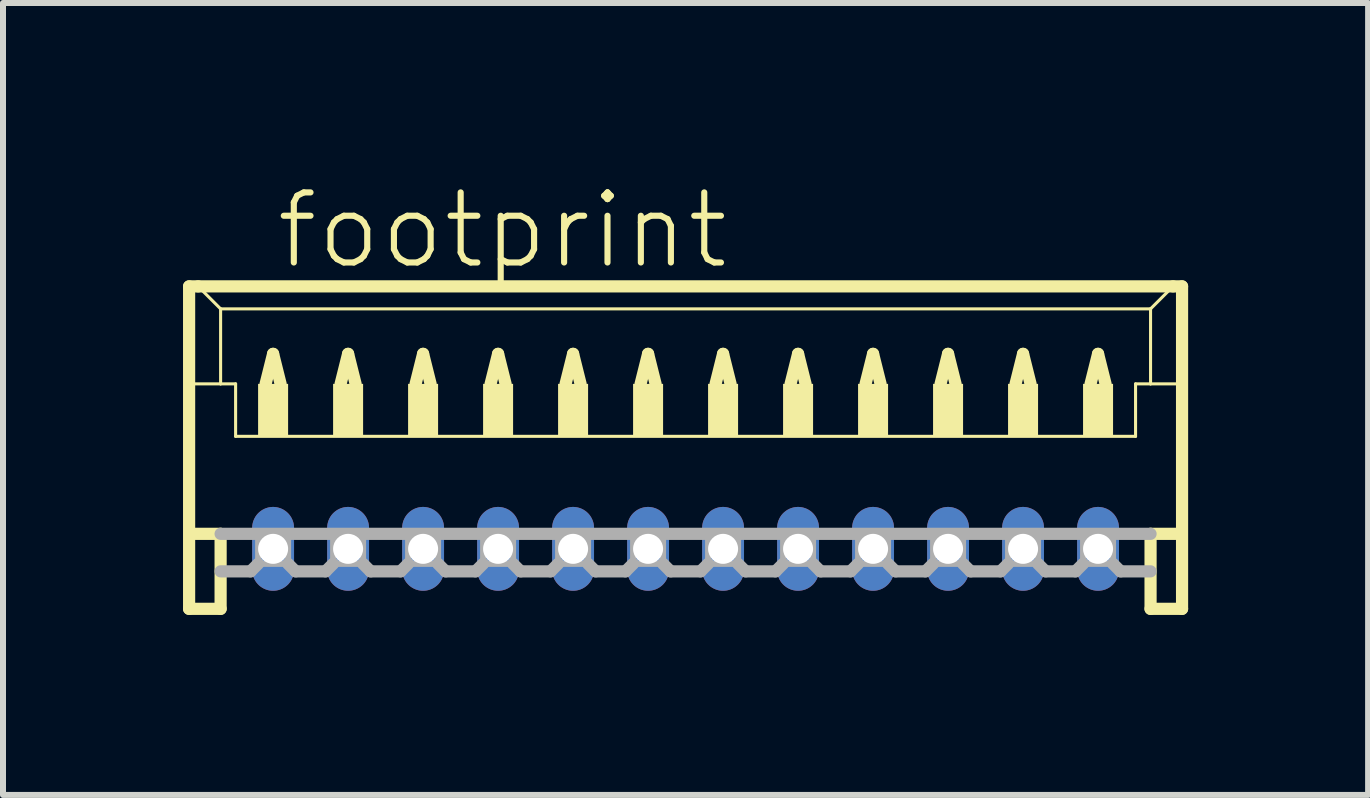
<source format=kicad_pcb>
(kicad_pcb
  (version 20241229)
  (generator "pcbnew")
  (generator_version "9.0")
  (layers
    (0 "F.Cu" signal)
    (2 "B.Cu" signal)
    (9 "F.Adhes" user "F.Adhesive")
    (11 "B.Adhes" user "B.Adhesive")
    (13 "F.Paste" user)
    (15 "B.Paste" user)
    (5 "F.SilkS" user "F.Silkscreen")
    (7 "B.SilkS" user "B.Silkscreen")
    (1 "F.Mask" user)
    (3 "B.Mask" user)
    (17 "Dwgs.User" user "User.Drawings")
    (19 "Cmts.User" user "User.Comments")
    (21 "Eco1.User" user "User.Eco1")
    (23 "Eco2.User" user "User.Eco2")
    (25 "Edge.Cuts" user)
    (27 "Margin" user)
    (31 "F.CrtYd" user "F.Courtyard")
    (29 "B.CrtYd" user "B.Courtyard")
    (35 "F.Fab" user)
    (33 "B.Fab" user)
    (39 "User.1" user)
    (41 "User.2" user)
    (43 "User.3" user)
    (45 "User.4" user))
  (footprint "footprint"
    (layer "F.Cu")
    (at 8.377 4.848)
    (property "Reference" "footprint" (at -6.875 -3.375 0) (layer "F.SilkS") (effects (font (size 1.168 1.168) (thickness 0.102)) (justify left bottom)))
    (fp_line (start -8.275 -3.125) (end -8.275 2.25) (stroke (width 0.203) (type solid)) (layer "F.SilkS"))
    (fp_line (start -8.275 2.25) (end -7.75 2.25) (stroke (width 0.203) (type solid)) (layer "F.SilkS"))
    (fp_line (start -8.25 -1.5) (end -7.75 -1.5) (stroke (width 0.051) (type solid)) (layer "F.SilkS"))
    (fp_line (start -8.25 1) (end -7.75 1) (stroke (width 0.203) (type solid)) (layer "F.SilkS"))
    (fp_line (start -8.125 -3.125) (end -8.275 -3.125) (stroke (width 0.203) (type solid)) (layer "F.SilkS"))
    (fp_line (start -7.75 -2.75) (end -8.125 -3.125) (stroke (width 0.051) (type solid)) (layer "F.SilkS"))
    (fp_line (start -7.75 -2.75) (end 7.75 -2.75) (stroke (width 0.051) (type solid)) (layer "F.SilkS"))
    (fp_line (start -7.75 -1.5) (end -7.75 -2.75) (stroke (width 0.051) (type solid)) (layer "F.SilkS"))
    (fp_line (start -7.75 -1.5) (end -7.5 -1.5) (stroke (width 0.051) (type solid)) (layer "F.SilkS"))
    (fp_line (start -7.75 1) (end -7.75 2.25) (stroke (width 0.203) (type solid)) (layer "F.SilkS"))
    (fp_line (start -7.5 -1.5) (end -7.5 -0.625) (stroke (width 0.051) (type solid)) (layer "F.SilkS"))
    (fp_line (start -7.5 -0.625) (end 7.5 -0.625) (stroke (width 0.051) (type solid)) (layer "F.SilkS"))
    (fp_line (start -7 -1.5) (end -6.875 -2) (stroke (width 0.203) (type solid)) (layer "F.SilkS"))
    (fp_line (start -6.875 -2) (end -6.75 -1.5) (stroke (width 0.203) (type solid)) (layer "F.SilkS"))
    (fp_line (start -5.75 -1.5) (end -5.625 -2) (stroke (width 0.203) (type solid)) (layer "F.SilkS"))
    (fp_line (start -5.625 -2) (end -5.5 -1.5) (stroke (width 0.203) (type solid)) (layer "F.SilkS"))
    (fp_line (start -4.5 -1.5) (end -4.375 -2) (stroke (width 0.203) (type solid)) (layer "F.SilkS"))
    (fp_line (start -4.375 -2) (end -4.25 -1.5) (stroke (width 0.203) (type solid)) (layer "F.SilkS"))
    (fp_line (start -3.25 -1.5) (end -3.125 -2) (stroke (width 0.203) (type solid)) (layer "F.SilkS"))
    (fp_line (start -3.125 -2) (end -3 -1.5) (stroke (width 0.203) (type solid)) (layer "F.SilkS"))
    (fp_line (start -2 -1.5) (end -1.875 -2) (stroke (width 0.203) (type solid)) (layer "F.SilkS"))
    (fp_line (start -1.875 -2) (end -1.75 -1.5) (stroke (width 0.203) (type solid)) (layer "F.SilkS"))
    (fp_line (start -0.75 -1.5) (end -0.625 -2) (stroke (width 0.203) (type solid)) (layer "F.SilkS"))
    (fp_line (start -0.625 -2) (end -0.5 -1.5) (stroke (width 0.203) (type solid)) (layer "F.SilkS"))
    (fp_line (start 0.5 -1.5) (end 0.625 -2) (stroke (width 0.203) (type solid)) (layer "F.SilkS"))
    (fp_line (start 0.625 -2) (end 0.75 -1.5) (stroke (width 0.203) (type solid)) (layer "F.SilkS"))
    (fp_line (start 1.75 -1.5) (end 1.875 -2) (stroke (width 0.203) (type solid)) (layer "F.SilkS"))
    (fp_line (start 1.875 -2) (end 2 -1.5) (stroke (width 0.203) (type solid)) (layer "F.SilkS"))
    (fp_line (start 3 -1.5) (end 3.125 -2) (stroke (width 0.203) (type solid)) (layer "F.SilkS"))
    (fp_line (start 3.125 -2) (end 3.25 -1.5) (stroke (width 0.203) (type solid)) (layer "F.SilkS"))
    (fp_line (start 4.25 -1.5) (end 4.375 -2) (stroke (width 0.203) (type solid)) (layer "F.SilkS"))
    (fp_line (start 4.375 -2) (end 4.5 -1.5) (stroke (width 0.203) (type solid)) (layer "F.SilkS"))
    (fp_line (start 5.5 -1.5) (end 5.625 -2) (stroke (width 0.203) (type solid)) (layer "F.SilkS"))
    (fp_line (start 5.625 -2) (end 5.75 -1.5) (stroke (width 0.203) (type solid)) (layer "F.SilkS"))
    (fp_line (start 6.75 -1.5) (end 6.875 -2) (stroke (width 0.203) (type solid)) (layer "F.SilkS"))
    (fp_line (start 6.875 -2) (end 7 -1.5) (stroke (width 0.203) (type solid)) (layer "F.SilkS"))
    (fp_line (start 7.5 -1.5) (end 7.5 -0.625) (stroke (width 0.051) (type solid)) (layer "F.SilkS"))
    (fp_line (start 7.5 -1.5) (end 7.75 -1.5) (stroke (width 0.051) (type solid)) (layer "F.SilkS"))
    (fp_line (start 7.75 -2.75) (end 7.75 -1.5) (stroke (width 0.051) (type solid)) (layer "F.SilkS"))
    (fp_line (start 7.75 -2.75) (end 8.125 -3.125) (stroke (width 0.051) (type solid)) (layer "F.SilkS"))
    (fp_line (start 7.75 -1.5) (end 8.25 -1.5) (stroke (width 0.051) (type solid)) (layer "F.SilkS"))
    (fp_line (start 7.75 1) (end 7.75 2.25) (stroke (width 0.203) (type solid)) (layer "F.SilkS"))
    (fp_line (start 7.75 1) (end 8.25 1) (stroke (width 0.203) (type solid)) (layer "F.SilkS"))
    (fp_line (start 7.75 2.25) (end 8.275 2.25) (stroke (width 0.203) (type solid)) (layer "F.SilkS"))
    (fp_line (start 8.125 -3.125) (end -8.125 -3.125) (stroke (width 0.203) (type solid)) (layer "F.SilkS"))
    (fp_line (start 8.275 -3.125) (end 8.125 -3.125) (stroke (width 0.203) (type solid)) (layer "F.SilkS"))
    (fp_line (start 8.275 2.25) (end 8.275 -3.125) (stroke (width 0.203) (type solid)) (layer "F.SilkS"))
    (fp_poly (pts (xy -7.125 -0.625) (xy -6.625 -0.625) (xy -6.625 -1.5) (xy -7.125 -1.5)) (stroke (width 0) (type solid)) (fill yes) (layer "F.SilkS"))
    (fp_poly (pts (xy -5.875 -0.625) (xy -5.375 -0.625) (xy -5.375 -1.5) (xy -5.875 -1.5)) (stroke (width 0) (type solid)) (fill yes) (layer "F.SilkS"))
    (fp_poly (pts (xy -4.625 -0.625) (xy -4.125 -0.625) (xy -4.125 -1.5) (xy -4.625 -1.5)) (stroke (width 0) (type solid)) (fill yes) (layer "F.SilkS"))
    (fp_poly (pts (xy -3.375 -0.625) (xy -2.875 -0.625) (xy -2.875 -1.5) (xy -3.375 -1.5)) (stroke (width 0) (type solid)) (fill yes) (layer "F.SilkS"))
    (fp_poly (pts (xy -2.125 -0.625) (xy -1.625 -0.625) (xy -1.625 -1.5) (xy -2.125 -1.5)) (stroke (width 0) (type solid)) (fill yes) (layer "F.SilkS"))
    (fp_poly (pts (xy -0.875 -0.625) (xy -0.375 -0.625) (xy -0.375 -1.5) (xy -0.875 -1.5)) (stroke (width 0) (type solid)) (fill yes) (layer "F.SilkS"))
    (fp_poly (pts (xy 0.375 -0.625) (xy 0.875 -0.625) (xy 0.875 -1.5) (xy 0.375 -1.5)) (stroke (width 0) (type solid)) (fill yes) (layer "F.SilkS"))
    (fp_poly (pts (xy 1.625 -0.625) (xy 2.125 -0.625) (xy 2.125 -1.5) (xy 1.625 -1.5)) (stroke (width 0) (type solid)) (fill yes) (layer "F.SilkS"))
    (fp_poly (pts (xy 2.875 -0.625) (xy 3.375 -0.625) (xy 3.375 -1.5) (xy 2.875 -1.5)) (stroke (width 0) (type solid)) (fill yes) (layer "F.SilkS"))
    (fp_poly (pts (xy 4.125 -0.625) (xy 4.625 -0.625) (xy 4.625 -1.5) (xy 4.125 -1.5)) (stroke (width 0) (type solid)) (fill yes) (layer "F.SilkS"))
    (fp_poly (pts (xy 5.375 -0.625) (xy 5.875 -0.625) (xy 5.875 -1.5) (xy 5.375 -1.5)) (stroke (width 0) (type solid)) (fill yes) (layer "F.SilkS"))
    (fp_poly (pts (xy 6.625 -0.625) (xy 7.125 -0.625) (xy 7.125 -1.5) (xy 6.625 -1.5)) (stroke (width 0) (type solid)) (fill yes) (layer "F.SilkS"))
    (fp_line (start -7.75 1) (end 7.75 1) (stroke (width 0.203) (type solid)) (layer "F.Fab"))
    (fp_line (start -7.25 1.625) (end -7.75 1.625) (stroke (width 0.203) (type solid)) (layer "F.Fab"))
    (fp_line (start -7.125 1.5) (end -7.25 1.625) (stroke (width 0.203) (type solid)) (layer "F.Fab"))
    (fp_line (start -6.625 1.5) (end -6.5 1.625) (stroke (width 0.203) (type solid)) (layer "F.Fab"))
    (fp_line (start -6 1.625) (end -6.5 1.625) (stroke (width 0.203) (type solid)) (layer "F.Fab"))
    (fp_line (start -5.875 1.5) (end -6 1.625) (stroke (width 0.203) (type solid)) (layer "F.Fab"))
    (fp_line (start -5.375 1.5) (end -5.25 1.625) (stroke (width 0.203) (type solid)) (layer "F.Fab"))
    (fp_line (start -4.75 1.625) (end -5.25 1.625) (stroke (width 0.203) (type solid)) (layer "F.Fab"))
    (fp_line (start -4.625 1.5) (end -4.75 1.625) (stroke (width 0.203) (type solid)) (layer "F.Fab"))
    (fp_line (start -4.125 1.5) (end -4 1.625) (stroke (width 0.203) (type solid)) (layer "F.Fab"))
    (fp_line (start -3.5 1.625) (end -4 1.625) (stroke (width 0.203) (type solid)) (layer "F.Fab"))
    (fp_line (start -3.375 1.5) (end -3.5 1.625) (stroke (width 0.203) (type solid)) (layer "F.Fab"))
    (fp_line (start -2.875 1.5) (end -2.75 1.625) (stroke (width 0.203) (type solid)) (layer "F.Fab"))
    (fp_line (start -2.25 1.625) (end -2.75 1.625) (stroke (width 0.203) (type solid)) (layer "F.Fab"))
    (fp_line (start -2.125 1.5) (end -2.25 1.625) (stroke (width 0.203) (type solid)) (layer "F.Fab"))
    (fp_line (start -1.625 1.5) (end -1.5 1.625) (stroke (width 0.203) (type solid)) (layer "F.Fab"))
    (fp_line (start -1 1.625) (end -1.5 1.625) (stroke (width 0.203) (type solid)) (layer "F.Fab"))
    (fp_line (start -0.875 1.5) (end -1 1.625) (stroke (width 0.203) (type solid)) (layer "F.Fab"))
    (fp_line (start -0.375 1.5) (end -0.25 1.625) (stroke (width 0.203) (type solid)) (layer "F.Fab"))
    (fp_line (start 0.25 1.625) (end -0.25 1.625) (stroke (width 0.203) (type solid)) (layer "F.Fab"))
    (fp_line (start 0.375 1.5) (end 0.25 1.625) (stroke (width 0.203) (type solid)) (layer "F.Fab"))
    (fp_line (start 0.875 1.5) (end 1 1.625) (stroke (width 0.203) (type solid)) (layer "F.Fab"))
    (fp_line (start 1.5 1.625) (end 1 1.625) (stroke (width 0.203) (type solid)) (layer "F.Fab"))
    (fp_line (start 1.625 1.5) (end 1.5 1.625) (stroke (width 0.203) (type solid)) (layer "F.Fab"))
    (fp_line (start 2.125 1.5) (end 2.25 1.625) (stroke (width 0.203) (type solid)) (layer "F.Fab"))
    (fp_line (start 2.75 1.625) (end 2.25 1.625) (stroke (width 0.203) (type solid)) (layer "F.Fab"))
    (fp_line (start 2.875 1.5) (end 2.75 1.625) (stroke (width 0.203) (type solid)) (layer "F.Fab"))
    (fp_line (start 3.375 1.5) (end 3.5 1.625) (stroke (width 0.203) (type solid)) (layer "F.Fab"))
    (fp_line (start 4 1.625) (end 3.5 1.625) (stroke (width 0.203) (type solid)) (layer "F.Fab"))
    (fp_line (start 4.125 1.5) (end 4 1.625) (stroke (width 0.203) (type solid)) (layer "F.Fab"))
    (fp_line (start 4.625 1.5) (end 4.75 1.625) (stroke (width 0.203) (type solid)) (layer "F.Fab"))
    (fp_line (start 5.25 1.625) (end 4.75 1.625) (stroke (width 0.203) (type solid)) (layer "F.Fab"))
    (fp_line (start 5.375 1.5) (end 5.25 1.625) (stroke (width 0.203) (type solid)) (layer "F.Fab"))
    (fp_line (start 5.875 1.5) (end 6 1.625) (stroke (width 0.203) (type solid)) (layer "F.Fab"))
    (fp_line (start 6.5 1.625) (end 6 1.625) (stroke (width 0.203) (type solid)) (layer "F.Fab"))
    (fp_line (start 6.625 1.5) (end 6.5 1.625) (stroke (width 0.203) (type solid)) (layer "F.Fab"))
    (fp_line (start 7.125 1.5) (end 7.25 1.625) (stroke (width 0.203) (type solid)) (layer "F.Fab"))
    (fp_line (start 7.75 1.625) (end 7.25 1.625) (stroke (width 0.203) (type solid)) (layer "F.Fab"))
    (fp_poly (pts (xy -7.125 1.5) (xy -6.625 1.5) (xy -6.625 1) (xy -7.125 1)) (stroke (width 0.1) (type solid)) (fill no) (layer "F.Fab"))
    (fp_poly (pts (xy -5.875 1.5) (xy -5.375 1.5) (xy -5.375 1) (xy -5.875 1)) (stroke (width 0.1) (type solid)) (fill no) (layer "F.Fab"))
    (fp_poly (pts (xy -4.625 1.5) (xy -4.125 1.5) (xy -4.125 1) (xy -4.625 1)) (stroke (width 0.1) (type solid)) (fill no) (layer "F.Fab"))
    (fp_poly (pts (xy -3.375 1.5) (xy -2.875 1.5) (xy -2.875 1) (xy -3.375 1)) (stroke (width 0.1) (type solid)) (fill no) (layer "F.Fab"))
    (fp_poly (pts (xy -2.125 1.5) (xy -1.625 1.5) (xy -1.625 1) (xy -2.125 1)) (stroke (width 0.1) (type solid)) (fill no) (layer "F.Fab"))
    (fp_poly (pts (xy -0.875 1.5) (xy -0.375 1.5) (xy -0.375 1) (xy -0.875 1)) (stroke (width 0.1) (type solid)) (fill no) (layer "F.Fab"))
    (fp_poly (pts (xy 0.375 1.5) (xy 0.875 1.5) (xy 0.875 1) (xy 0.375 1)) (stroke (width 0.1) (type solid)) (fill no) (layer "F.Fab"))
    (fp_poly (pts (xy 1.625 1.5) (xy 2.125 1.5) (xy 2.125 1) (xy 1.625 1)) (stroke (width 0.1) (type solid)) (fill no) (layer "F.Fab"))
    (fp_poly (pts (xy 2.875 1.5) (xy 3.375 1.5) (xy 3.375 1) (xy 2.875 1)) (stroke (width 0.1) (type solid)) (fill no) (layer "F.Fab"))
    (fp_poly (pts (xy 4.125 1.5) (xy 4.625 1.5) (xy 4.625 1) (xy 4.125 1)) (stroke (width 0.1) (type solid)) (fill no) (layer "F.Fab"))
    (fp_poly (pts (xy 5.375 1.5) (xy 5.875 1.5) (xy 5.875 1) (xy 5.375 1)) (stroke (width 0.1) (type solid)) (fill no) (layer "F.Fab"))
    (fp_poly (pts (xy 6.625 1.5) (xy 7.125 1.5) (xy 7.125 1) (xy 6.625 1)) (stroke (width 0.1) (type solid)) (fill no) (layer "F.Fab"))
    (pad "1" thru_hole oval (at 6.875 1.25 90) (size 1.397 0.698) (drill 0.5) (layers "*.Cu" "*.Mask"))
    (pad "2" thru_hole oval (at 5.625 1.25 90) (size 1.397 0.698) (drill 0.5) (layers "*.Cu" "*.Mask"))
    (pad "3" thru_hole oval (at 4.375 1.25 90) (size 1.397 0.698) (drill 0.5) (layers "*.Cu" "*.Mask"))
    (pad "4" thru_hole oval (at 3.125 1.25 90) (size 1.397 0.698) (drill 0.5) (layers "*.Cu" "*.Mask"))
    (pad "5" thru_hole oval (at 1.875 1.25 90) (size 1.397 0.698) (drill 0.5) (layers "*.Cu" "*.Mask"))
    (pad "6" thru_hole oval (at 0.625 1.25 90) (size 1.397 0.698) (drill 0.5) (layers "*.Cu" "*.Mask"))
    (pad "7" thru_hole oval (at -0.625 1.25 90) (size 1.397 0.698) (drill 0.5) (layers "*.Cu" "*.Mask"))
    (pad "8" thru_hole oval (at -1.875 1.25 90) (size 1.397 0.698) (drill 0.5) (layers "*.Cu" "*.Mask"))
    (pad "9" thru_hole oval (at -3.125 1.25 90) (size 1.397 0.698) (drill 0.5) (layers "*.Cu" "*.Mask"))
    (pad "10" thru_hole oval (at -4.375 1.25 90) (size 1.397 0.698) (drill 0.5) (layers "*.Cu" "*.Mask"))
    (pad "11" thru_hole oval (at -5.625 1.25 90) (size 1.397 0.698) (drill 0.5) (layers "*.Cu" "*.Mask"))
    (pad "12" thru_hole oval (at -6.875 1.25 90) (size 1.397 0.698) (drill 0.5) (layers "*.Cu" "*.Mask")))
  (gr_rect
    (start -3 -3)
    (end 19.753 10.2)
    (stroke (width 0.1) (type default))
    (fill no)
    (layer "Edge.Cuts")))
</source>
